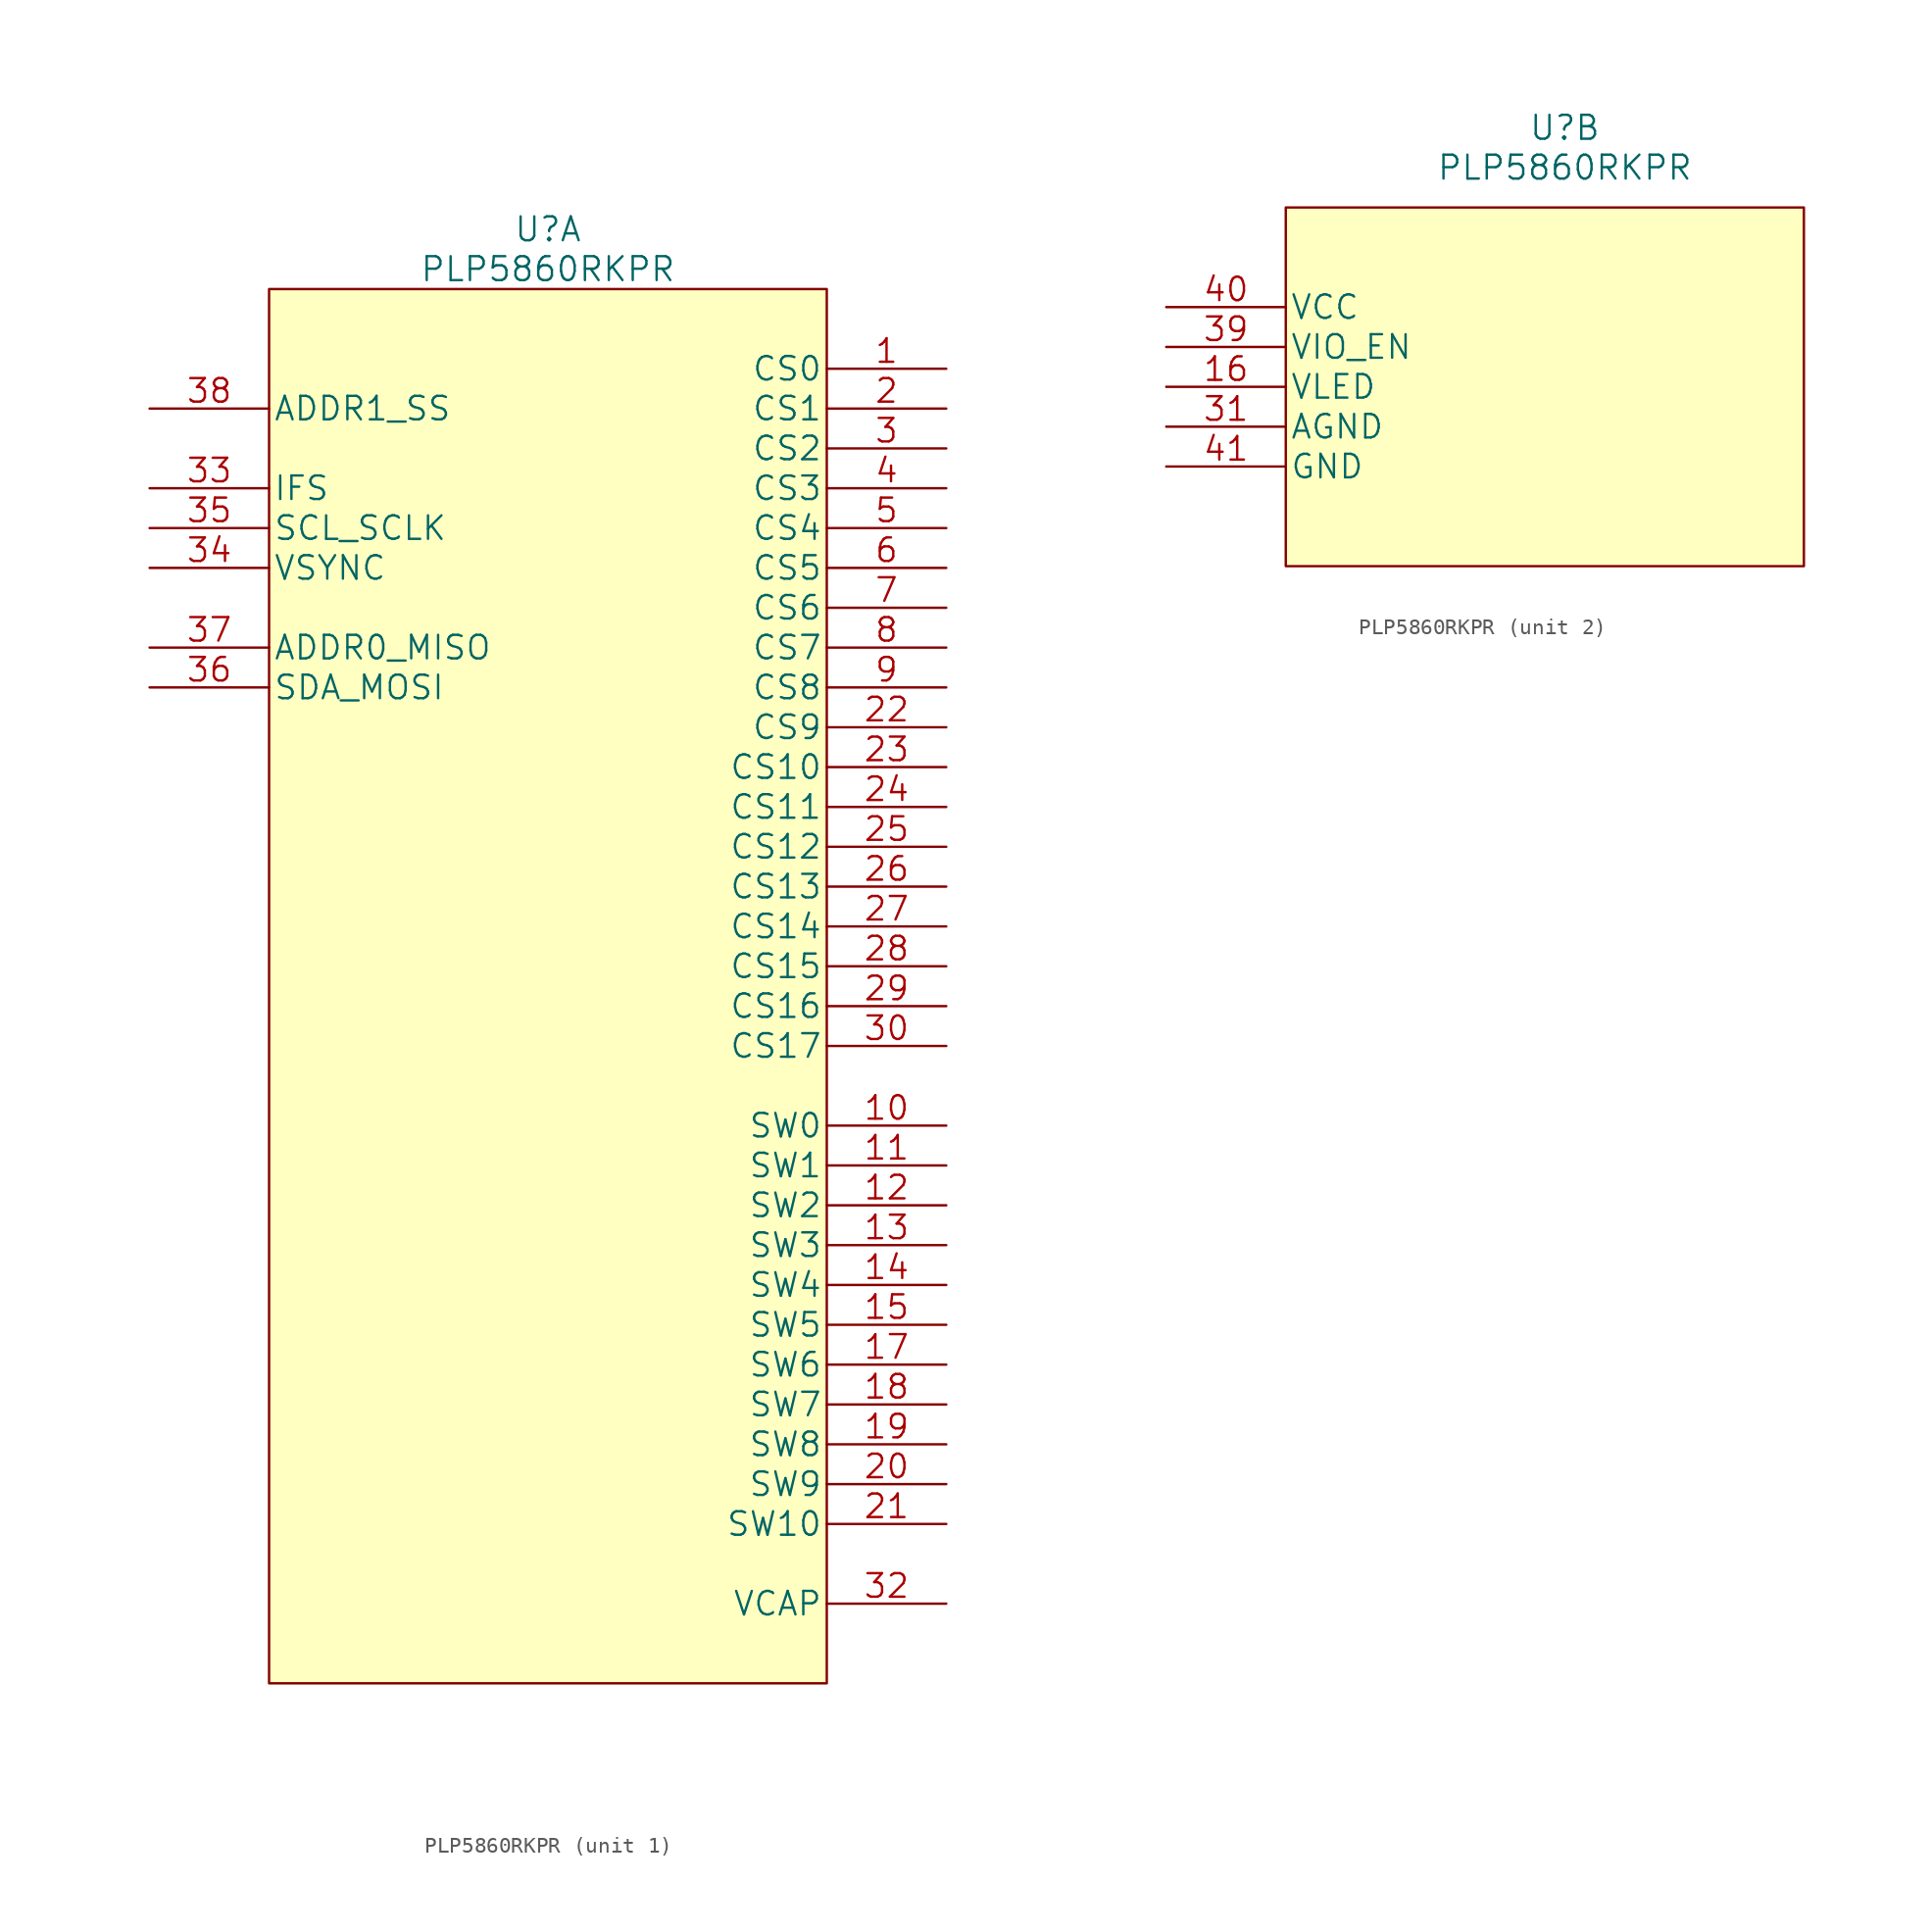
<source format=kicad_sym>
(kicad_symbol_lib
  (version 20220914)
  (generator kicad_symbol_editor)
  (symbol "PLP5860RKPR"
    (pin_names
      (offset 0.254))
    (property "Reference" "U"
      (at 25.4 11.43 0)
      (effects (font (size 1.524 1.524))))
    (property "Value" "PLP5860RKPR"
      (at 25.4 8.89 0)
      (effects (font (size 1.524 1.524))))
    (property "Datasheet" ""
      (at 0 0 0)
      (effects (font (size 1.524 1.524))))
    (property "ki_locked" ""
      (at 0 0 0)
      (effects (font (size 1.27 1.27))))
    (symbol "PLP5860RKPR_1_1"
      (rectangle (start 7.62 7.62) (end 43.18 -81.28) (stroke (width 0) (type default)) (fill (type background)))
      (pin output line (at 50.8 2.54 180) (length 7.62) (name "CS0" (effects (font (size 1.499 1.499)))) (number "1" (effects (font (size 1.499 1.499)))))
      (pin output line (at 50.8 -45.72 180) (length 7.62) (name "SW0" (effects (font (size 1.499 1.499)))) (number "10" (effects (font (size 1.499 1.499)))))
      (pin output line (at 50.8 -48.26 180) (length 7.62) (name "SW1" (effects (font (size 1.499 1.499)))) (number "11" (effects (font (size 1.499 1.499)))))
      (pin output line (at 50.8 -50.8 180) (length 7.62) (name "SW2" (effects (font (size 1.499 1.499)))) (number "12" (effects (font (size 1.499 1.499)))))
      (pin output line (at 50.8 -53.34 180) (length 7.62) (name "SW3" (effects (font (size 1.499 1.499)))) (number "13" (effects (font (size 1.499 1.499)))))
      (pin output line (at 50.8 -55.88 180) (length 7.62) (name "SW4" (effects (font (size 1.499 1.499)))) (number "14" (effects (font (size 1.499 1.499)))))
      (pin output line (at 50.8 -58.42 180) (length 7.62) (name "SW5" (effects (font (size 1.499 1.499)))) (number "15" (effects (font (size 1.499 1.499)))))
      (pin output line (at 50.8 -60.96 180) (length 7.62) (name "SW6" (effects (font (size 1.499 1.499)))) (number "17" (effects (font (size 1.499 1.499)))))
      (pin output line (at 50.8 -63.5 180) (length 7.62) (name "SW7" (effects (font (size 1.499 1.499)))) (number "18" (effects (font (size 1.499 1.499)))))
      (pin output line (at 50.8 -66.04 180) (length 7.62) (name "SW8" (effects (font (size 1.499 1.499)))) (number "19" (effects (font (size 1.499 1.499)))))
      (pin output line (at 50.8 0 180) (length 7.62) (name "CS1" (effects (font (size 1.499 1.499)))) (number "2" (effects (font (size 1.499 1.499)))))
      (pin output line (at 50.8 -68.58 180) (length 7.62) (name "SW9" (effects (font (size 1.499 1.499)))) (number "20" (effects (font (size 1.499 1.499)))))
      (pin output line (at 50.8 -71.12 180) (length 7.62) (name "SW10" (effects (font (size 1.499 1.499)))) (number "21" (effects (font (size 1.499 1.499)))))
      (pin output line (at 50.8 -20.32 180) (length 7.62) (name "CS9" (effects (font (size 1.499 1.499)))) (number "22" (effects (font (size 1.499 1.499)))))
      (pin output line (at 50.8 -22.86 180) (length 7.62) (name "CS10" (effects (font (size 1.499 1.499)))) (number "23" (effects (font (size 1.499 1.499)))))
      (pin output line (at 50.8 -25.4 180) (length 7.62) (name "CS11" (effects (font (size 1.499 1.499)))) (number "24" (effects (font (size 1.499 1.499)))))
      (pin output line (at 50.8 -27.94 180) (length 7.62) (name "CS12" (effects (font (size 1.499 1.499)))) (number "25" (effects (font (size 1.499 1.499)))))
      (pin output line (at 50.8 -30.48 180) (length 7.62) (name "CS13" (effects (font (size 1.499 1.499)))) (number "26" (effects (font (size 1.499 1.499)))))
      (pin output line (at 50.8 -33.02 180) (length 7.62) (name "CS14" (effects (font (size 1.499 1.499)))) (number "27" (effects (font (size 1.499 1.499)))))
      (pin output line (at 50.8 -35.56 180) (length 7.62) (name "CS15" (effects (font (size 1.499 1.499)))) (number "28" (effects (font (size 1.499 1.499)))))
      (pin output line (at 50.8 -38.1 180) (length 7.62) (name "CS16" (effects (font (size 1.499 1.499)))) (number "29" (effects (font (size 1.499 1.499)))))
      (pin output line (at 50.8 -2.54 180) (length 7.62) (name "CS2" (effects (font (size 1.499 1.499)))) (number "3" (effects (font (size 1.499 1.499)))))
      (pin output line (at 50.8 -40.64 180) (length 7.62) (name "CS17" (effects (font (size 1.499 1.499)))) (number "30" (effects (font (size 1.499 1.499)))))
      (pin output line (at 50.8 -76.2 180) (length 7.62) (name "VCAP" (effects (font (size 1.499 1.499)))) (number "32" (effects (font (size 1.499 1.499)))))
      (pin input line (at 0 -5.08 0) (length 7.62) (name "IFS" (effects (font (size 1.499 1.499)))) (number "33" (effects (font (size 1.499 1.499)))))
      (pin input line (at 0 -10.16 0) (length 7.62) (name "VSYNC" (effects (font (size 1.499 1.499)))) (number "34" (effects (font (size 1.499 1.499)))))
      (pin input line (at 0 -7.62 0) (length 7.62) (name "SCL_SCLK" (effects (font (size 1.499 1.499)))) (number "35" (effects (font (size 1.499 1.499)))))
      (pin bidirectional line (at 0 -17.78 0) (length 7.62) (name "SDA_MOSI" (effects (font (size 1.499 1.499)))) (number "36" (effects (font (size 1.499 1.499)))))
      (pin bidirectional line (at 0 -15.24 0) (length 7.62) (name "ADDR0_MISO" (effects (font (size 1.499 1.499)))) (number "37" (effects (font (size 1.499 1.499)))))
      (pin input line (at 0 0 0) (length 7.62) (name "ADDR1_SS" (effects (font (size 1.499 1.499)))) (number "38" (effects (font (size 1.499 1.499)))))
      (pin output line (at 50.8 -5.08 180) (length 7.62) (name "CS3" (effects (font (size 1.499 1.499)))) (number "4" (effects (font (size 1.499 1.499)))))
      (pin output line (at 50.8 -7.62 180) (length 7.62) (name "CS4" (effects (font (size 1.499 1.499)))) (number "5" (effects (font (size 1.499 1.499)))))
      (pin output line (at 50.8 -10.16 180) (length 7.62) (name "CS5" (effects (font (size 1.499 1.499)))) (number "6" (effects (font (size 1.499 1.499)))))
      (pin output line (at 50.8 -12.7 180) (length 7.62) (name "CS6" (effects (font (size 1.499 1.499)))) (number "7" (effects (font (size 1.499 1.499)))))
      (pin output line (at 50.8 -15.24 180) (length 7.62) (name "CS7" (effects (font (size 1.499 1.499)))) (number "8" (effects (font (size 1.499 1.499)))))
      (pin output line (at 50.8 -17.78 180) (length 7.62) (name "CS8" (effects (font (size 1.499 1.499)))) (number "9" (effects (font (size 1.499 1.499))))))
    (symbol "PLP5860RKPR_2_1"
      (rectangle (start 7.62 6.35) (end 40.64 -16.51) (stroke (width 0) (type default)) (fill (type background)))
      (pin power_in line (at 0 -5.08 0) (length 7.62) (name "VLED" (effects (font (size 1.499 1.499)))) (number "16" (effects (font (size 1.499 1.499)))))
      (pin power_in line (at 0 -7.62 0) (length 7.62) (name "AGND" (effects (font (size 1.499 1.499)))) (number "31" (effects (font (size 1.499 1.499)))))
      (pin input line (at 0 -2.54 0) (length 7.62) (name "VIO_EN" (effects (font (size 1.499 1.499)))) (number "39" (effects (font (size 1.499 1.499)))))
      (pin power_in line (at 0 0 0) (length 7.62) (name "VCC" (effects (font (size 1.499 1.499)))) (number "40" (effects (font (size 1.499 1.499)))))
      (pin power_in line (at 0 -10.16 0) (length 7.62) (name "GND" (effects (font (size 1.499 1.499)))) (number "41" (effects (font (size 1.499 1.499))))))))
</source>
